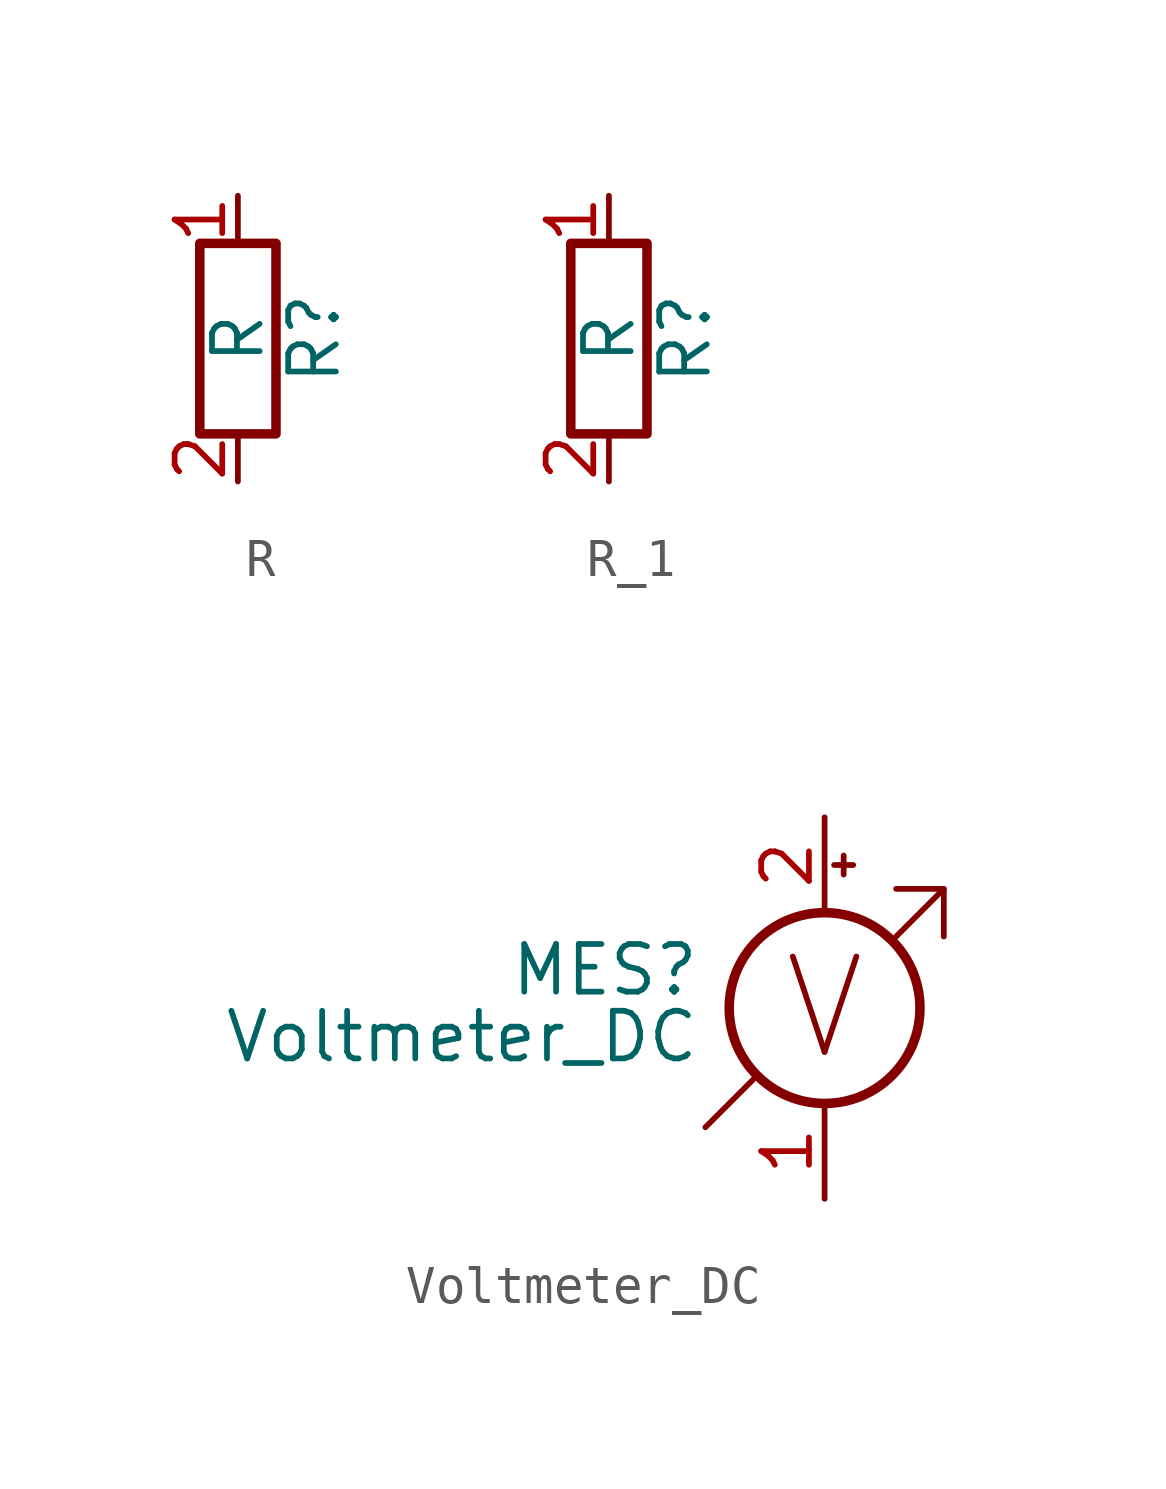
<source format=kicad_sym>
(kicad_symbol_lib
  (version 20231120)
  (generator "kicad_symbol_editor")
  (generator_version "8.0")
  (symbol "R"
    (pin_names
      (offset 0))
    (property "Reference" "R"
      (at 2.032 0 90)
      (effects (font (size 1.27 1.27))))
    (property "Value" "R"
      (at 0 0 90)
      (effects (font (size 1.27 1.27))))
    (symbol "R_0_1"
      (rectangle (start -1.016 -2.54) (end 1.016 2.54) (stroke (width 0.254) (type default)) (fill (type none))))
    (symbol "R_1_1"
      (pin passive line (at 0 3.81 270) (length 1.27) (name "~" (effects (font (size 1.27 1.27)))) (number "1" (effects (font (size 1.27 1.27)))))
      (pin passive line (at 0 -3.81 90) (length 1.27) (name "~" (effects (font (size 1.27 1.27)))) (number "2" (effects (font (size 1.27 1.27)))))))
  (symbol "R_1"
    (pin_names
      (offset 0))
    (property "Reference" "R"
      (at 2.032 0 90)
      (effects (font (size 1.27 1.27))))
    (property "Value" "R"
      (at 0 0 90)
      (effects (font (size 1.27 1.27))))
    (symbol "R_1_0_1"
      (rectangle (start -1.016 -2.54) (end 1.016 2.54) (stroke (width 0.254) (type default)) (fill (type none))))
    (symbol "R_1_1_1"
      (pin passive line (at 0 3.81 270) (length 1.27) (name "~" (effects (font (size 1.27 1.27)))) (number "1" (effects (font (size 1.27 1.27)))))
      (pin passive line (at 0 -3.81 90) (length 1.27) (name "~" (effects (font (size 1.27 1.27)))) (number "2" (effects (font (size 1.27 1.27)))))))
  (symbol "Voltmeter_DC"
    (pin_names
      (offset 0.025) hide)
    (property "Reference" "MES"
      (at -3.302 1.016 0)
      (effects (font (size 1.27 1.27)) (justify right)))
    (property "Value" "Voltmeter_DC"
      (at -3.302 -0.762 0)
      (effects (font (size 1.27 1.27)) (justify right)))
    (symbol "Voltmeter_DC_0_0"
      (polyline (pts (xy -3.175 -3.175) (xy -1.905 -1.905)) (stroke (width 0) (type default)) (fill (type none)))
      (polyline (pts (xy 1.905 1.905) (xy 3.175 3.175)) (stroke (width 0) (type default)) (fill (type none)))
      (polyline (pts (xy 1.905 3.175) (xy 3.175 3.175) (xy 3.175 1.905)) (stroke (width 0) (type default)) (fill (type none)))
      (text "V" (at 0 0 0) (effects (font (size 2.54 2.54)))))
    (symbol "Voltmeter_DC_0_1"
      (polyline (pts (xy 0.254 3.81) (xy 0.762 3.81)) (stroke (width 0) (type default)) (fill (type none)))
      (polyline (pts (xy 0.508 4.064) (xy 0.508 3.556)) (stroke (width 0) (type default)) (fill (type none)))
      (circle (center 0 0) (radius 2.54) (stroke (width 0.254) (type default)) (fill (type none))))
    (symbol "Voltmeter_DC_1_1"
      (pin passive line (at 0 -5.08 90) (length 2.54) (name "-" (effects (font (size 1.27 1.27)))) (number "1" (effects (font (size 1.27 1.27)))))
      (pin passive line (at 0 5.08 270) (length 2.54) (name "+" (effects (font (size 1.27 1.27)))) (number "2" (effects (font (size 1.27 1.27))))))))
</source>
